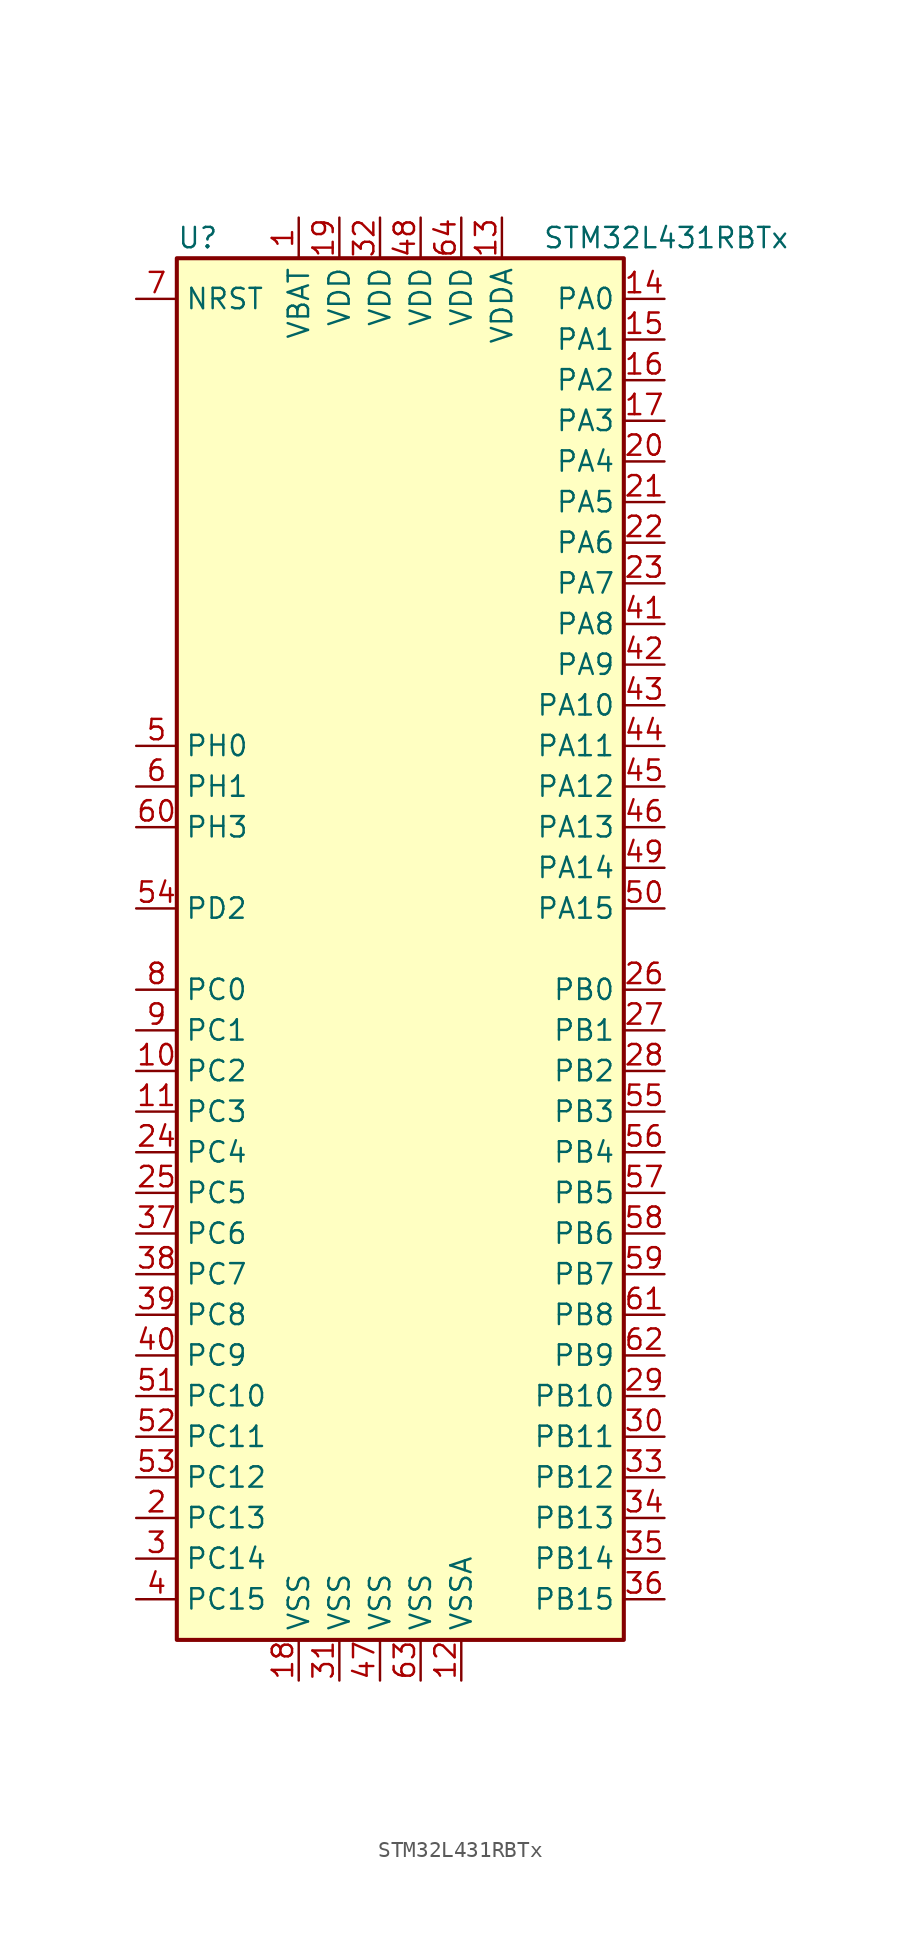
<source format=kicad_sym>
(kicad_symbol_lib
  (version 20201005)
  (generator kicad_symbol_editor)
  (symbol "STM32L431RBTx"
    (property "Reference" "U"
      (at -15.24 44.45 0)
      (effects (font (size 1.27 1.27)) (justify left)))
    (property "Value" "STM32L431RBTx"
      (at 7.62 44.45 0)
      (effects (font (size 1.27 1.27)) (justify left)))
    (symbol "STM32L431RBTx_0_1"
      (rectangle (start -15.24 -43.18) (end 12.7 43.18) (stroke (width 0.254)) (fill (type background))))
    (symbol "STM32L431RBTx_1_1"
      (pin power_in line (at -7.62 45.72 270) (length 2.54) (name "VBAT" (effects (font (size 1.27 1.27)))) (number "1" (effects (font (size 1.27 1.27)))))
      (pin bidirectional line (at -17.78 -7.62 0) (length 2.54) (name "PC2" (effects (font (size 1.27 1.27)))) (number "10" (effects (font (size 1.27 1.27)))))
      (pin bidirectional line (at -17.78 -10.16 0) (length 2.54) (name "PC3" (effects (font (size 1.27 1.27)))) (number "11" (effects (font (size 1.27 1.27)))))
      (pin power_in line (at 2.54 -45.72 90) (length 2.54) (name "VSSA" (effects (font (size 1.27 1.27)))) (number "12" (effects (font (size 1.27 1.27)))))
      (pin power_in line (at 5.08 45.72 270) (length 2.54) (name "VDDA" (effects (font (size 1.27 1.27)))) (number "13" (effects (font (size 1.27 1.27)))))
      (pin bidirectional line (at 15.24 40.64 180) (length 2.54) (name "PA0" (effects (font (size 1.27 1.27)))) (number "14" (effects (font (size 1.27 1.27)))))
      (pin bidirectional line (at 15.24 38.1 180) (length 2.54) (name "PA1" (effects (font (size 1.27 1.27)))) (number "15" (effects (font (size 1.27 1.27)))))
      (pin bidirectional line (at 15.24 35.56 180) (length 2.54) (name "PA2" (effects (font (size 1.27 1.27)))) (number "16" (effects (font (size 1.27 1.27)))))
      (pin bidirectional line (at 15.24 33.02 180) (length 2.54) (name "PA3" (effects (font (size 1.27 1.27)))) (number "17" (effects (font (size 1.27 1.27)))))
      (pin power_in line (at -7.62 -45.72 90) (length 2.54) (name "VSS" (effects (font (size 1.27 1.27)))) (number "18" (effects (font (size 1.27 1.27)))))
      (pin power_in line (at -5.08 45.72 270) (length 2.54) (name "VDD" (effects (font (size 1.27 1.27)))) (number "19" (effects (font (size 1.27 1.27)))))
      (pin bidirectional line (at -17.78 -35.56 0) (length 2.54) (name "PC13" (effects (font (size 1.27 1.27)))) (number "2" (effects (font (size 1.27 1.27)))))
      (pin bidirectional line (at 15.24 30.48 180) (length 2.54) (name "PA4" (effects (font (size 1.27 1.27)))) (number "20" (effects (font (size 1.27 1.27)))))
      (pin bidirectional line (at 15.24 27.94 180) (length 2.54) (name "PA5" (effects (font (size 1.27 1.27)))) (number "21" (effects (font (size 1.27 1.27)))))
      (pin bidirectional line (at 15.24 25.4 180) (length 2.54) (name "PA6" (effects (font (size 1.27 1.27)))) (number "22" (effects (font (size 1.27 1.27)))))
      (pin bidirectional line (at 15.24 22.86 180) (length 2.54) (name "PA7" (effects (font (size 1.27 1.27)))) (number "23" (effects (font (size 1.27 1.27)))))
      (pin bidirectional line (at -17.78 -12.7 0) (length 2.54) (name "PC4" (effects (font (size 1.27 1.27)))) (number "24" (effects (font (size 1.27 1.27)))))
      (pin bidirectional line (at -17.78 -15.24 0) (length 2.54) (name "PC5" (effects (font (size 1.27 1.27)))) (number "25" (effects (font (size 1.27 1.27)))))
      (pin bidirectional line (at 15.24 -2.54 180) (length 2.54) (name "PB0" (effects (font (size 1.27 1.27)))) (number "26" (effects (font (size 1.27 1.27)))))
      (pin bidirectional line (at 15.24 -5.08 180) (length 2.54) (name "PB1" (effects (font (size 1.27 1.27)))) (number "27" (effects (font (size 1.27 1.27)))))
      (pin bidirectional line (at 15.24 -7.62 180) (length 2.54) (name "PB2" (effects (font (size 1.27 1.27)))) (number "28" (effects (font (size 1.27 1.27)))))
      (pin bidirectional line (at 15.24 -27.94 180) (length 2.54) (name "PB10" (effects (font (size 1.27 1.27)))) (number "29" (effects (font (size 1.27 1.27)))))
      (pin bidirectional line (at -17.78 -38.1 0) (length 2.54) (name "PC14" (effects (font (size 1.27 1.27)))) (number "3" (effects (font (size 1.27 1.27)))))
      (pin bidirectional line (at 15.24 -30.48 180) (length 2.54) (name "PB11" (effects (font (size 1.27 1.27)))) (number "30" (effects (font (size 1.27 1.27)))))
      (pin power_in line (at -5.08 -45.72 90) (length 2.54) (name "VSS" (effects (font (size 1.27 1.27)))) (number "31" (effects (font (size 1.27 1.27)))))
      (pin power_in line (at -2.54 45.72 270) (length 2.54) (name "VDD" (effects (font (size 1.27 1.27)))) (number "32" (effects (font (size 1.27 1.27)))))
      (pin bidirectional line (at 15.24 -33.02 180) (length 2.54) (name "PB12" (effects (font (size 1.27 1.27)))) (number "33" (effects (font (size 1.27 1.27)))))
      (pin bidirectional line (at 15.24 -35.56 180) (length 2.54) (name "PB13" (effects (font (size 1.27 1.27)))) (number "34" (effects (font (size 1.27 1.27)))))
      (pin bidirectional line (at 15.24 -38.1 180) (length 2.54) (name "PB14" (effects (font (size 1.27 1.27)))) (number "35" (effects (font (size 1.27 1.27)))))
      (pin bidirectional line (at 15.24 -40.64 180) (length 2.54) (name "PB15" (effects (font (size 1.27 1.27)))) (number "36" (effects (font (size 1.27 1.27)))))
      (pin bidirectional line (at -17.78 -17.78 0) (length 2.54) (name "PC6" (effects (font (size 1.27 1.27)))) (number "37" (effects (font (size 1.27 1.27)))))
      (pin bidirectional line (at -17.78 -20.32 0) (length 2.54) (name "PC7" (effects (font (size 1.27 1.27)))) (number "38" (effects (font (size 1.27 1.27)))))
      (pin bidirectional line (at -17.78 -22.86 0) (length 2.54) (name "PC8" (effects (font (size 1.27 1.27)))) (number "39" (effects (font (size 1.27 1.27)))))
      (pin bidirectional line (at -17.78 -40.64 0) (length 2.54) (name "PC15" (effects (font (size 1.27 1.27)))) (number "4" (effects (font (size 1.27 1.27)))))
      (pin bidirectional line (at -17.78 -25.4 0) (length 2.54) (name "PC9" (effects (font (size 1.27 1.27)))) (number "40" (effects (font (size 1.27 1.27)))))
      (pin bidirectional line (at 15.24 20.32 180) (length 2.54) (name "PA8" (effects (font (size 1.27 1.27)))) (number "41" (effects (font (size 1.27 1.27)))))
      (pin bidirectional line (at 15.24 17.78 180) (length 2.54) (name "PA9" (effects (font (size 1.27 1.27)))) (number "42" (effects (font (size 1.27 1.27)))))
      (pin bidirectional line (at 15.24 15.24 180) (length 2.54) (name "PA10" (effects (font (size 1.27 1.27)))) (number "43" (effects (font (size 1.27 1.27)))))
      (pin bidirectional line (at 15.24 12.7 180) (length 2.54) (name "PA11" (effects (font (size 1.27 1.27)))) (number "44" (effects (font (size 1.27 1.27)))))
      (pin bidirectional line (at 15.24 10.16 180) (length 2.54) (name "PA12" (effects (font (size 1.27 1.27)))) (number "45" (effects (font (size 1.27 1.27)))))
      (pin bidirectional line (at 15.24 7.62 180) (length 2.54) (name "PA13" (effects (font (size 1.27 1.27)))) (number "46" (effects (font (size 1.27 1.27)))))
      (pin power_in line (at -2.54 -45.72 90) (length 2.54) (name "VSS" (effects (font (size 1.27 1.27)))) (number "47" (effects (font (size 1.27 1.27)))))
      (pin power_in line (at 0 45.72 270) (length 2.54) (name "VDD" (effects (font (size 1.27 1.27)))) (number "48" (effects (font (size 1.27 1.27)))))
      (pin bidirectional line (at 15.24 5.08 180) (length 2.54) (name "PA14" (effects (font (size 1.27 1.27)))) (number "49" (effects (font (size 1.27 1.27)))))
      (pin input line (at -17.78 12.7 0) (length 2.54) (name "PH0" (effects (font (size 1.27 1.27)))) (number "5" (effects (font (size 1.27 1.27)))))
      (pin bidirectional line (at 15.24 2.54 180) (length 2.54) (name "PA15" (effects (font (size 1.27 1.27)))) (number "50" (effects (font (size 1.27 1.27)))))
      (pin bidirectional line (at -17.78 -27.94 0) (length 2.54) (name "PC10" (effects (font (size 1.27 1.27)))) (number "51" (effects (font (size 1.27 1.27)))))
      (pin bidirectional line (at -17.78 -30.48 0) (length 2.54) (name "PC11" (effects (font (size 1.27 1.27)))) (number "52" (effects (font (size 1.27 1.27)))))
      (pin bidirectional line (at -17.78 -33.02 0) (length 2.54) (name "PC12" (effects (font (size 1.27 1.27)))) (number "53" (effects (font (size 1.27 1.27)))))
      (pin bidirectional line (at -17.78 2.54 0) (length 2.54) (name "PD2" (effects (font (size 1.27 1.27)))) (number "54" (effects (font (size 1.27 1.27)))))
      (pin bidirectional line (at 15.24 -10.16 180) (length 2.54) (name "PB3" (effects (font (size 1.27 1.27)))) (number "55" (effects (font (size 1.27 1.27)))))
      (pin bidirectional line (at 15.24 -12.7 180) (length 2.54) (name "PB4" (effects (font (size 1.27 1.27)))) (number "56" (effects (font (size 1.27 1.27)))))
      (pin bidirectional line (at 15.24 -15.24 180) (length 2.54) (name "PB5" (effects (font (size 1.27 1.27)))) (number "57" (effects (font (size 1.27 1.27)))))
      (pin bidirectional line (at 15.24 -17.78 180) (length 2.54) (name "PB6" (effects (font (size 1.27 1.27)))) (number "58" (effects (font (size 1.27 1.27)))))
      (pin bidirectional line (at 15.24 -20.32 180) (length 2.54) (name "PB7" (effects (font (size 1.27 1.27)))) (number "59" (effects (font (size 1.27 1.27)))))
      (pin input line (at -17.78 10.16 0) (length 2.54) (name "PH1" (effects (font (size 1.27 1.27)))) (number "6" (effects (font (size 1.27 1.27)))))
      (pin bidirectional line (at -17.78 7.62 0) (length 2.54) (name "PH3" (effects (font (size 1.27 1.27)))) (number "60" (effects (font (size 1.27 1.27)))))
      (pin bidirectional line (at 15.24 -22.86 180) (length 2.54) (name "PB8" (effects (font (size 1.27 1.27)))) (number "61" (effects (font (size 1.27 1.27)))))
      (pin bidirectional line (at 15.24 -25.4 180) (length 2.54) (name "PB9" (effects (font (size 1.27 1.27)))) (number "62" (effects (font (size 1.27 1.27)))))
      (pin power_in line (at 0 -45.72 90) (length 2.54) (name "VSS" (effects (font (size 1.27 1.27)))) (number "63" (effects (font (size 1.27 1.27)))))
      (pin power_in line (at 2.54 45.72 270) (length 2.54) (name "VDD" (effects (font (size 1.27 1.27)))) (number "64" (effects (font (size 1.27 1.27)))))
      (pin input line (at -17.78 40.64 0) (length 2.54) (name "NRST" (effects (font (size 1.27 1.27)))) (number "7" (effects (font (size 1.27 1.27)))))
      (pin bidirectional line (at -17.78 -2.54 0) (length 2.54) (name "PC0" (effects (font (size 1.27 1.27)))) (number "8" (effects (font (size 1.27 1.27)))))
      (pin bidirectional line (at -17.78 -5.08 0) (length 2.54) (name "PC1" (effects (font (size 1.27 1.27)))) (number "9" (effects (font (size 1.27 1.27))))))))
</source>
